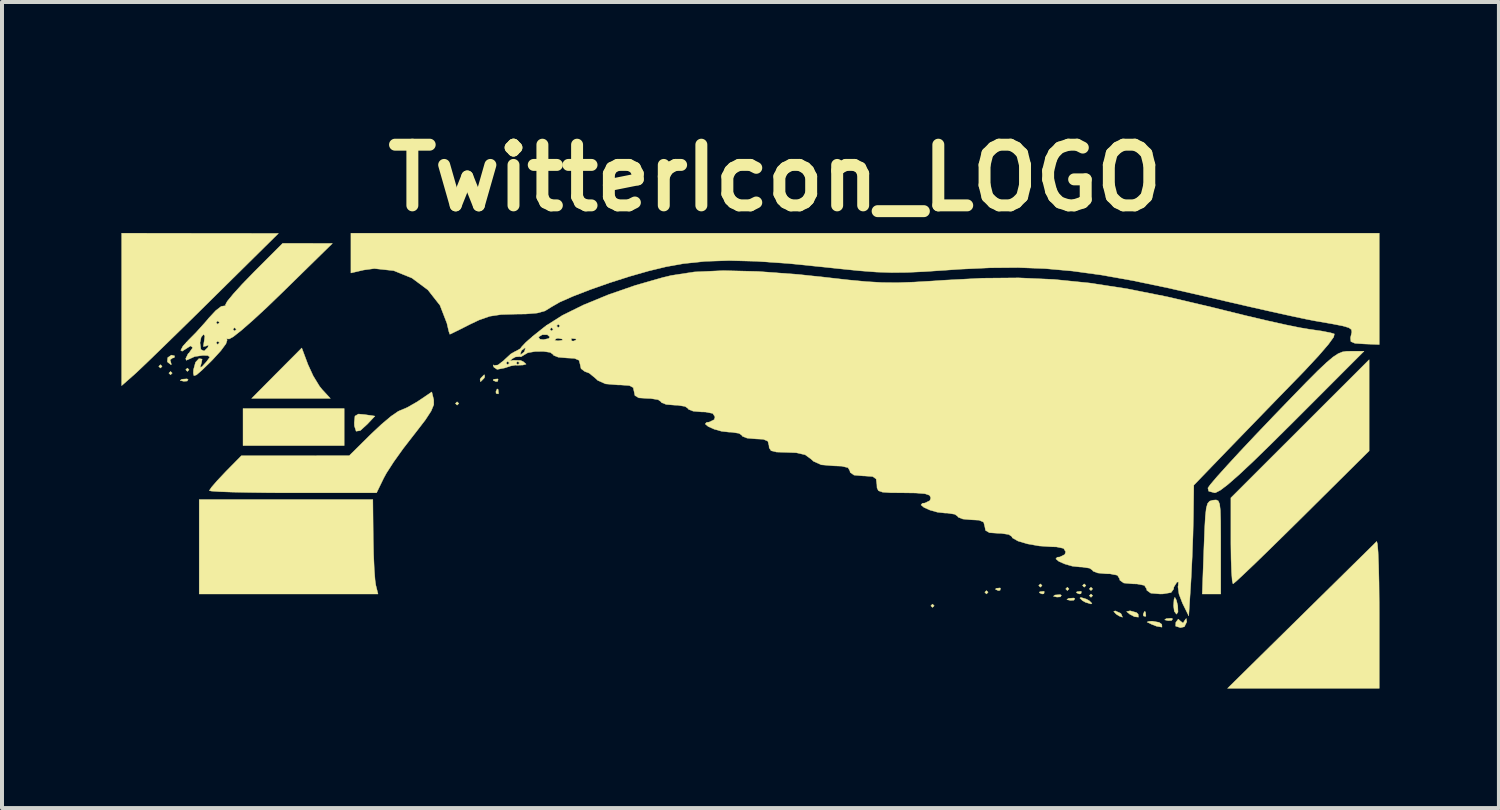
<source format=kicad_pcb>
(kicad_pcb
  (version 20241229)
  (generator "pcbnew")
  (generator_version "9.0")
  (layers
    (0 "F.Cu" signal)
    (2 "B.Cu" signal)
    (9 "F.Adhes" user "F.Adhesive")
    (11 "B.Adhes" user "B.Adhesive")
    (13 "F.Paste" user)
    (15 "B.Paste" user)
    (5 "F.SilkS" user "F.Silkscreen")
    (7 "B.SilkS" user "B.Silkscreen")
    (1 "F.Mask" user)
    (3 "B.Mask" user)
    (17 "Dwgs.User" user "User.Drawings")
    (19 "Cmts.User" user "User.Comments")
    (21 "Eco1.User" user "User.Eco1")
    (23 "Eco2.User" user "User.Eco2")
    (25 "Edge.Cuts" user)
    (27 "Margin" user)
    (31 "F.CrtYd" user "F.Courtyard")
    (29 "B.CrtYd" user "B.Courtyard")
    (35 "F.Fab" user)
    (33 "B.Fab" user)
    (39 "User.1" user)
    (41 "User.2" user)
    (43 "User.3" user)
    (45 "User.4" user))
  (footprint "TwitterIcon_LOGO"
    (layer "F.Cu")
    (at 15.753 8.479)
    (property "Reference" "TwitterIcon_LOGO" (at 0.66 -7.061 0) (layer "F.SilkS") (effects (font (size 1.524 1.524) (thickness 0.3))))
    (attr through_hole)
    (fp_poly (pts (xy -14.732 -2.328) (xy -14.774 -2.286) (xy -14.817 -2.328) (xy -14.774 -2.371) (xy -14.732 -2.328)) (stroke (width 0.01) (type solid)) (fill yes) (layer "F.SilkS"))
    (fp_poly (pts (xy -14.478 -2.159) (xy -14.52 -2.117) (xy -14.563 -2.159) (xy -14.52 -2.201) (xy -14.478 -2.159)) (stroke (width 0.01) (type solid)) (fill yes) (layer "F.SilkS"))
    (fp_poly (pts (xy -14.055 -2.244) (xy -14.097 -2.201) (xy -14.139 -2.244) (xy -14.097 -2.286) (xy -14.055 -2.244)) (stroke (width 0.01) (type solid)) (fill yes) (layer "F.SilkS"))
    (fp_poly (pts (xy -10.16 -0.339) (xy -12.7 -0.339) (xy -12.7 -1.27) (xy -10.16 -1.27) (xy -10.16 -0.339)) (stroke (width 0.01) (type solid)) (fill yes) (layer "F.SilkS"))
    (fp_poly (pts (xy -7.281 -1.397) (xy -7.324 -1.355) (xy -7.366 -1.397) (xy -7.324 -1.439) (xy -7.281 -1.397)) (stroke (width 0.01) (type solid)) (fill yes) (layer "F.SilkS"))
    (fp_poly (pts (xy 4.657 3.683) (xy 4.614 3.725) (xy 4.572 3.683) (xy 4.614 3.641) (xy 4.657 3.683)) (stroke (width 0.01) (type solid)) (fill yes) (layer "F.SilkS"))
    (fp_poly (pts (xy 6.011 3.344) (xy 5.969 3.387) (xy 5.927 3.344) (xy 5.969 3.302) (xy 6.011 3.344)) (stroke (width 0.01) (type solid)) (fill yes) (layer "F.SilkS"))
    (fp_poly (pts (xy 7.366 3.175) (xy 7.324 3.217) (xy 7.281 3.175) (xy 7.324 3.133) (xy 7.366 3.175)) (stroke (width 0.01) (type solid)) (fill yes) (layer "F.SilkS"))
    (fp_poly (pts (xy 8.043 3.26) (xy 8.001 3.302) (xy 7.959 3.26) (xy 8.001 3.217) (xy 8.043 3.26)) (stroke (width 0.01) (type solid)) (fill yes) (layer "F.SilkS"))
    (fp_poly (pts (xy 8.467 3.175) (xy 8.424 3.217) (xy 8.382 3.175) (xy 8.424 3.133) (xy 8.467 3.175)) (stroke (width 0.01) (type solid)) (fill yes) (layer "F.SilkS"))
    (fp_poly (pts (xy 8.636 3.26) (xy 8.594 3.302) (xy 8.551 3.26) (xy 8.594 3.217) (xy 8.636 3.26)) (stroke (width 0.01) (type solid)) (fill yes) (layer "F.SilkS"))
    (fp_poly (pts (xy 8.636 3.429) (xy 8.594 3.471) (xy 8.551 3.429) (xy 8.594 3.387) (xy 8.636 3.429)) (stroke (width 0.01) (type solid)) (fill yes) (layer "F.SilkS"))
    (fp_poly (pts (xy -14.078 -1.998) (xy -14.103 -1.96) (xy -14.189 -1.954) (xy -14.279 -1.975) (xy -14.24 -2.005) (xy -14.108 -2.015) (xy -14.078 -1.998)) (stroke (width 0.01) (type solid)) (fill yes) (layer "F.SilkS"))
    (fp_poly (pts (xy -6.294 -2.004) (xy -6.305 -1.953) (xy -6.35 -1.947) (xy -6.42 -1.978) (xy -6.406 -2.004) (xy -6.306 -2.014) (xy -6.294 -2.004)) (stroke (width 0.01) (type solid)) (fill yes) (layer "F.SilkS"))
    (fp_poly (pts (xy -6.294 -1.75) (xy -6.283 -1.649) (xy -6.294 -1.637) (xy -6.344 -1.649) (xy -6.35 -1.693) (xy -6.319 -1.763) (xy -6.294 -1.75)) (stroke (width 0.01) (type solid)) (fill yes) (layer "F.SilkS"))
    (fp_poly (pts (xy 6.322 3.246) (xy 6.31 3.296) (xy 6.265 3.302) (xy 6.196 3.271) (xy 6.209 3.246) (xy 6.309 3.235) (xy 6.322 3.246)) (stroke (width 0.01) (type solid)) (fill yes) (layer "F.SilkS"))
    (fp_poly (pts (xy 7.422 3.33) (xy 7.411 3.381) (xy 7.366 3.387) (xy 7.296 3.356) (xy 7.31 3.33) (xy 7.41 3.32) (xy 7.422 3.33)) (stroke (width 0.01) (type solid)) (fill yes) (layer "F.SilkS"))
    (fp_poly (pts (xy 7.851 3.42) (xy 7.826 3.459) (xy 7.74 3.465) (xy 7.65 3.444) (xy 7.689 3.413) (xy 7.821 3.403) (xy 7.851 3.42)) (stroke (width 0.01) (type solid)) (fill yes) (layer "F.SilkS"))
    (fp_poly (pts (xy 8.19 3.505) (xy 8.164 3.543) (xy 8.079 3.549) (xy 7.988 3.529) (xy 8.027 3.498) (xy 8.16 3.488) (xy 8.19 3.505)) (stroke (width 0.01) (type solid)) (fill yes) (layer "F.SilkS"))
    (fp_poly (pts (xy 8.354 3.33) (xy 8.342 3.381) (xy 8.297 3.387) (xy 8.228 3.356) (xy 8.241 3.33) (xy 8.341 3.32) (xy 8.354 3.33)) (stroke (width 0.01) (type solid)) (fill yes) (layer "F.SilkS"))
    (fp_poly (pts (xy 9.962 3.838) (xy 9.973 3.939) (xy 9.962 3.951) (xy 9.912 3.939) (xy 9.906 3.895) (xy 9.937 3.825) (xy 9.962 3.838)) (stroke (width 0.01) (type solid)) (fill yes) (layer "F.SilkS"))
    (fp_poly (pts (xy 10.645 4.013) (xy 10.62 4.051) (xy 10.534 4.057) (xy 10.444 4.037) (xy 10.483 4.006) (xy 10.615 3.996) (xy 10.645 4.013)) (stroke (width 0.01) (type solid)) (fill yes) (layer "F.SilkS"))
    (fp_poly (pts (xy 9.338 3.872) (xy 9.356 3.895) (xy 9.385 3.971) (xy 9.305 3.942) (xy 9.229 3.895) (xy 9.164 3.827) (xy 9.203 3.811) (xy 9.338 3.872)) (stroke (width 0.01) (type solid)) (fill yes) (layer "F.SilkS"))
    (fp_poly (pts (xy -11.071 -2.379) (xy -10.938 -2.089) (xy -10.779 -1.829) (xy -10.712 -1.746) (xy -10.507 -1.524) (xy -12.484 -1.524) (xy -11.855 -2.158) (xy -11.225 -2.791) (xy -11.071 -2.379)) (stroke (width 0.01) (type solid)) (fill yes) (layer "F.SilkS"))
    (fp_poly (pts (xy -6.631 -2.062) (xy -6.646 -2.032) (xy -6.726 -1.951) (xy -6.741 -1.947) (xy -6.747 -2.002) (xy -6.731 -2.032) (xy -6.651 -2.113) (xy -6.636 -2.117) (xy -6.631 -2.062)) (stroke (width 0.01) (type solid)) (fill yes) (layer "F.SilkS"))
    (fp_poly (pts (xy 8.479 3.516) (xy 8.551 3.556) (xy 8.619 3.623) (xy 8.594 3.638) (xy 8.455 3.596) (xy 8.382 3.556) (xy 8.314 3.489) (xy 8.34 3.474) (xy 8.479 3.516)) (stroke (width 0.01) (type solid)) (fill yes) (layer "F.SilkS"))
    (fp_poly (pts (xy 9.737 3.854) (xy 9.779 3.895) (xy 9.786 3.969) (xy 9.685 3.957) (xy 9.567 3.895) (xy 9.488 3.829) (xy 9.564 3.812) (xy 9.584 3.811) (xy 9.737 3.854)) (stroke (width 0.01) (type solid)) (fill yes) (layer "F.SilkS"))
    (fp_poly (pts (xy 10.304 4.1) (xy 10.372 4.149) (xy 10.377 4.22) (xy 10.244 4.198) (xy 10.118 4.149) (xy 10.002 4.092) (xy 10.046 4.074) (xy 10.134 4.07) (xy 10.304 4.1)) (stroke (width 0.01) (type solid)) (fill yes) (layer "F.SilkS"))
    (fp_poly (pts (xy 10.739 3.543) (xy 10.773 3.683) (xy 10.779 3.84) (xy 10.741 3.895) (xy 10.686 3.822) (xy 10.668 3.683) (xy 10.679 3.524) (xy 10.7 3.471) (xy 10.739 3.543)) (stroke (width 0.01) (type solid)) (fill yes) (layer "F.SilkS"))
    (fp_poly (pts (xy -9.647 -1.118) (xy -9.388 -1.08) (xy -9.577 -0.879) (xy -9.756 -0.716) (xy -9.86 -0.7) (xy -9.903 -0.832) (xy -9.906 -0.917) (xy -9.889 -1.081) (xy -9.802 -1.132) (xy -9.647 -1.118)) (stroke (width 0.01) (type solid)) (fill yes) (layer "F.SilkS"))
    (fp_poly (pts (xy -11.62 1.016) (xy -9.44 1.016) (xy -9.43 1.984) (xy -9.421 2.394) (xy -9.405 2.76) (xy -9.384 3.038) (xy -9.365 3.169) (xy -9.31 3.387) (xy -13.801 3.387) (xy -13.801 1.016) (xy -11.62 1.016)) (stroke (width 0.01) (type solid)) (fill yes) (layer "F.SilkS"))
    (fp_poly (pts (xy 11 4.085) (xy 10.939 4.21) (xy 10.84 4.233) (xy 10.719 4.194) (xy 10.725 4.099) (xy 10.786 4.018) (xy 10.839 4.066) (xy 10.906 4.118) (xy 10.947 4.052) (xy 10.986 4.002) (xy 11 4.085)) (stroke (width 0.01) (type solid)) (fill yes) (layer "F.SilkS"))
    (fp_poly (pts (xy -14.416 -2.591) (xy -14.431 -2.544) (xy -14.469 -2.54) (xy -14.533 -2.49) (xy -14.52 -2.455) (xy -14.499 -2.376) (xy -14.51 -2.371) (xy -14.588 -2.43) (xy -14.601 -2.449) (xy -14.591 -2.549) (xy -14.498 -2.612) (xy -14.416 -2.591)) (stroke (width 0.01) (type solid)) (fill yes) (layer "F.SilkS"))
    (fp_poly (pts (xy -13.78 -5.67) (xy -11.811 -5.668) (xy -13.481 -4.019) (xy -13.934 -3.572) (xy -14.363 -3.152) (xy -14.748 -2.777) (xy -15.07 -2.465) (xy -15.31 -2.236) (xy -15.449 -2.107) (xy -15.45 -2.107) (xy -15.748 -1.845) (xy -15.748 -5.673) (xy -13.78 -5.67)) (stroke (width 0.01) (type solid)) (fill yes) (layer "F.SilkS"))
    (fp_poly (pts (xy 15.787 2.129) (xy 15.804 2.337) (xy 15.817 2.669) (xy 15.827 3.1) (xy 15.832 3.609) (xy 15.833 3.881) (xy 15.833 5.757) (xy 12.023 5.757) (xy 13.864 3.944) (xy 14.325 3.49) (xy 14.749 3.073) (xy 15.118 2.709) (xy 15.419 2.413) (xy 15.636 2.199) (xy 15.753 2.083) (xy 15.769 2.067) (xy 15.787 2.129)) (stroke (width 0.01) (type solid)) (fill yes) (layer "F.SilkS"))
    (fp_poly (pts (xy 15.579 -0.207) (xy 13.896 1.463) (xy 13.457 1.896) (xy 13.058 2.287) (xy 12.713 2.622) (xy 12.438 2.884) (xy 12.25 3.059) (xy 12.163 3.132) (xy 12.16 3.133) (xy 12.14 3.053) (xy 12.124 2.836) (xy 12.112 2.514) (xy 12.107 2.117) (xy 12.107 2.052) (xy 12.107 0.972) (xy 13.843 -0.762) (xy 15.579 -2.496) (xy 15.579 -0.207)) (stroke (width 0.01) (type solid)) (fill yes) (layer "F.SilkS"))
    (fp_poly (pts (xy 11.79 1.049) (xy 11.824 1.128) (xy 11.843 1.289) (xy 11.851 1.555) (xy 11.853 1.954) (xy 11.853 2.195) (xy 11.853 3.387) (xy 11.62 3.387) (xy 11.388 3.387) (xy 11.43 2.223) (xy 11.448 1.759) (xy 11.466 1.437) (xy 11.489 1.231) (xy 11.523 1.113) (xy 11.573 1.056) (xy 11.644 1.034) (xy 11.663 1.031) (xy 11.738 1.025) (xy 11.79 1.049)) (stroke (width 0.01) (type solid)) (fill yes) (layer "F.SilkS"))
    (fp_poly (pts (xy 13.674 -0.931) (xy 13.112 -0.374) (xy 12.657 0.069) (xy 12.3 0.403) (xy 12.031 0.638) (xy 11.842 0.782) (xy 11.723 0.843) (xy 11.7 0.847) (xy 11.549 0.806) (xy 11.53 0.726) (xy 11.594 0.636) (xy 11.76 0.441) (xy 12.014 0.159) (xy 12.339 -0.194) (xy 12.72 -0.599) (xy 13.141 -1.04) (xy 13.152 -1.052) (xy 13.627 -1.544) (xy 14 -1.928) (xy 14.288 -2.217) (xy 14.507 -2.424) (xy 14.672 -2.563) (xy 14.799 -2.647) (xy 14.904 -2.691) (xy 15.004 -2.707) (xy 15.099 -2.709) (xy 15.45 -2.709) (xy 13.674 -0.931)) (stroke (width 0.01) (type solid)) (fill yes) (layer "F.SilkS"))
    (fp_poly (pts (xy -7.911 -1.489) (xy -7.91 -1.367) (xy -7.976 -1.207) (xy -8.123 -0.982) (xy -8.367 -0.665) (xy -8.423 -0.594) (xy -8.682 -0.259) (xy -8.919 0.073) (xy -9.1 0.354) (xy -9.166 0.475) (xy -9.347 0.847) (xy -11.447 0.847) (xy -12.023 0.845) (xy -12.539 0.838) (xy -12.971 0.829) (xy -13.298 0.817) (xy -13.496 0.803) (xy -13.547 0.791) (xy -13.492 0.707) (xy -13.347 0.54) (xy -13.145 0.326) (xy -13.145 0.325) (xy -12.742 -0.084) (xy -10.033 -0.086) (xy -9.483 -0.63) (xy -9.218 -0.878) (xy -8.98 -1.078) (xy -8.804 -1.199) (xy -8.757 -1.22) (xy -8.577 -1.296) (xy -8.344 -1.429) (xy -8.271 -1.476) (xy -7.96 -1.687) (xy -7.911 -1.489)) (stroke (width 0.01) (type solid)) (fill yes) (layer "F.SilkS"))
    (fp_poly (pts (xy 15.833 -2.877) (xy 15.453 -2.892) (xy 15.222 -2.908) (xy 15.121 -2.951) (xy 15.111 -3.044) (xy 15.123 -3.1) (xy 15.144 -3.189) (xy 15.134 -3.252) (xy 15.068 -3.3) (xy 14.919 -3.344) (xy 14.658 -3.395) (xy 14.26 -3.464) (xy 14.224 -3.47) (xy 13.988 -3.516) (xy 13.617 -3.595) (xy 13.141 -3.7) (xy 12.591 -3.824) (xy 11.996 -3.961) (xy 11.557 -4.064) (xy 10.534 -4.297) (xy 9.642 -4.483) (xy 8.85 -4.624) (xy 8.127 -4.723) (xy 7.442 -4.784) (xy 6.764 -4.81) (xy 6.063 -4.804) (xy 5.308 -4.769) (xy 4.947 -4.744) (xy 4.41 -4.708) (xy 3.973 -4.688) (xy 3.588 -4.684) (xy 3.205 -4.697) (xy 2.776 -4.73) (xy 2.254 -4.783) (xy 1.928 -4.818) (xy 0.991 -4.913) (xy 0.192 -4.968) (xy -0.496 -4.986) (xy -1.1 -4.966) (xy -1.647 -4.908) (xy -2.074 -4.831) (xy -2.509 -4.726) (xy -2.996 -4.587) (xy -3.499 -4.426) (xy -3.982 -4.256) (xy -4.411 -4.09) (xy -4.749 -3.941) (xy -4.96 -3.819) (xy -4.967 -3.814) (xy -5.12 -3.72) (xy -5.316 -3.667) (xy -5.601 -3.644) (xy -5.841 -3.641) (xy -6.219 -3.63) (xy -6.504 -3.587) (xy -6.77 -3.494) (xy -6.994 -3.388) (xy -7.249 -3.259) (xy -7.434 -3.168) (xy -7.507 -3.134) (xy -7.532 -3.206) (xy -7.574 -3.383) (xy -7.579 -3.408) (xy -7.754 -3.862) (xy -8.058 -4.249) (xy -8.457 -4.546) (xy -8.916 -4.732) (xy -9.403 -4.785) (xy -9.673 -4.748) (xy -9.991 -4.674) (xy -9.991 -5.673) (xy 15.833 -5.673) (xy 15.833 -2.877)) (stroke (width 0.01) (type solid)) (fill yes) (layer "F.SilkS"))
    (fp_poly (pts (xy -11.08 -5.418) (xy -10.456 -5.416) (xy -11.71 -4.188) (xy -12.107 -3.805) (xy -12.457 -3.482) (xy -12.742 -3.233) (xy -12.946 -3.072) (xy -13.05 -3.015) (xy -13.057 -3.017) (xy -13.111 -3.023) (xy -13.098 -2.991) (xy -13.129 -2.896) (xy -13.258 -2.721) (xy -13.46 -2.5) (xy -13.504 -2.455) (xy -13.735 -2.23) (xy -13.87 -2.114) (xy -13.933 -2.094) (xy -13.948 -2.159) (xy -13.944 -2.244) (xy -13.893 -2.431) (xy -13.807 -2.524) (xy -13.727 -2.511) (xy -13.742 -2.425) (xy -13.777 -2.305) (xy -13.734 -2.318) (xy -13.618 -2.445) (xy -13.534 -2.56) (xy -13.582 -2.6) (xy -13.705 -2.605) (xy -13.914 -2.575) (xy -14.034 -2.52) (xy -14.125 -2.481) (xy -14.139 -2.525) (xy -14.077 -2.65) (xy -14.055 -2.667) (xy -13.973 -2.783) (xy -13.97 -2.809) (xy -14.018 -2.843) (xy -14.099 -2.792) (xy -14.229 -2.709) (xy -14.264 -2.733) (xy -14.209 -2.837) (xy -14.132 -2.921) (xy -13.781 -2.921) (xy -13.759 -2.752) (xy -13.676 -2.714) (xy -13.581 -2.807) (xy -13.57 -2.864) (xy -13.627 -2.839) (xy -13.697 -2.827) (xy -13.683 -2.921) (xy -13.377 -2.921) (xy -13.335 -2.879) (xy -13.293 -2.921) (xy -13.335 -2.963) (xy -13.377 -2.921) (xy -13.683 -2.921) (xy -13.679 -2.947) (xy -13.677 -2.953) (xy -13.659 -3.092) (xy -13.692 -3.133) (xy -13.752 -3.06) (xy -13.781 -2.921) (xy -14.132 -2.921) (xy -14.076 -2.982) (xy -13.88 -3.18) (xy -13.808 -3.26) (xy -12.954 -3.26) (xy -12.912 -3.217) (xy -12.869 -3.26) (xy -12.912 -3.302) (xy -12.954 -3.26) (xy -13.808 -3.26) (xy -13.655 -3.429) (xy -13.377 -3.429) (xy -13.335 -3.387) (xy -13.293 -3.429) (xy -13.335 -3.471) (xy -13.377 -3.429) (xy -13.655 -3.429) (xy -13.652 -3.432) (xy -13.557 -3.545) (xy -13.385 -3.73) (xy -13.248 -3.835) (xy -13.195 -3.844) (xy -13.139 -3.852) (xy -13.142 -3.877) (xy -13.095 -3.964) (xy -12.948 -4.143) (xy -12.725 -4.389) (xy -12.448 -4.675) (xy -12.435 -4.688) (xy -11.704 -5.419) (xy -11.08 -5.418)) (stroke (width 0.01) (type solid)) (fill yes) (layer "F.SilkS"))
    (fp_poly (pts (xy 0.235 -4.712) (xy 1.247 -4.637) (xy 1.923 -4.565) (xy 2.497 -4.5) (xy 2.954 -4.457) (xy 3.348 -4.434) (xy 3.728 -4.43) (xy 4.147 -4.445) (xy 4.656 -4.475) (xy 4.897 -4.492) (xy 5.868 -4.543) (xy 6.78 -4.551) (xy 7.665 -4.512) (xy 8.56 -4.422) (xy 9.499 -4.278) (xy 10.515 -4.075) (xy 11.645 -3.81) (xy 11.938 -3.737) (xy 12.481 -3.603) (xy 13.003 -3.48) (xy 13.469 -3.376) (xy 13.843 -3.3) (xy 14.091 -3.258) (xy 14.097 -3.258) (xy 14.386 -3.216) (xy 14.611 -3.172) (xy 14.706 -3.143) (xy 14.688 -3.064) (xy 14.554 -2.879) (xy 14.311 -2.597) (xy 13.967 -2.227) (xy 13.775 -2.029) (xy 13.359 -1.602) (xy 12.911 -1.14) (xy 12.475 -0.69) (xy 12.094 -0.297) (xy 11.959 -0.157) (xy 11.176 0.655) (xy 11.166 1.449) (xy 11.155 1.918) (xy 11.135 2.457) (xy 11.11 2.968) (xy 11.103 3.09) (xy 11.049 3.937) (xy 10.892 3.62) (xy 10.804 3.391) (xy 10.778 3.207) (xy 10.785 3.171) (xy 10.791 3.083) (xy 10.752 3.091) (xy 10.675 3.213) (xy 10.668 3.265) (xy 10.605 3.351) (xy 10.404 3.385) (xy 10.329 3.387) (xy 10.094 3.366) (xy 9.997 3.296) (xy 9.991 3.26) (xy 9.935 3.171) (xy 9.749 3.135) (xy 9.652 3.133) (xy 9.417 3.112) (xy 9.319 3.042) (xy 9.313 3.006) (xy 9.257 2.917) (xy 9.072 2.881) (xy 8.975 2.879) (xy 8.763 2.86) (xy 8.645 2.813) (xy 8.636 2.794) (xy 8.561 2.74) (xy 8.375 2.711) (xy 8.314 2.709) (xy 8.123 2.688) (xy 7.935 2.634) (xy 7.786 2.568) (xy 7.711 2.505) (xy 7.746 2.464) (xy 7.811 2.458) (xy 7.936 2.396) (xy 7.959 2.328) (xy 7.906 2.242) (xy 7.728 2.205) (xy 7.599 2.201) (xy 7.296 2.181) (xy 7.001 2.129) (xy 6.761 2.058) (xy 6.621 1.979) (xy 6.604 1.943) (xy 6.529 1.893) (xy 6.341 1.865) (xy 6.265 1.863) (xy 6.044 1.848) (xy 5.946 1.791) (xy 5.927 1.693) (xy 5.898 1.583) (xy 5.783 1.534) (xy 5.588 1.524) (xy 5.376 1.505) (xy 5.258 1.458) (xy 5.249 1.439) (xy 5.174 1.385) (xy 4.988 1.356) (xy 4.927 1.355) (xy 4.736 1.333) (xy 4.548 1.28) (xy 4.399 1.213) (xy 4.325 1.15) (xy 4.36 1.11) (xy 4.424 1.103) (xy 4.549 1.042) (xy 4.572 0.974) (xy 4.54 0.909) (xy 4.424 0.869) (xy 4.195 0.851) (xy 3.895 0.847) (xy 3.559 0.844) (xy 3.358 0.83) (xy 3.257 0.794) (xy 3.221 0.724) (xy 3.217 0.635) (xy 3.199 0.499) (xy 3.112 0.438) (xy 2.908 0.423) (xy 2.879 0.423) (xy 2.643 0.402) (xy 2.546 0.333) (xy 2.54 0.296) (xy 2.493 0.215) (xy 2.333 0.177) (xy 2.13 0.169) (xy 1.822 0.143) (xy 1.625 0.055) (xy 1.566 0) (xy 1.416 -0.109) (xy 1.19 -0.16) (xy 0.961 -0.169) (xy 0.696 -0.177) (xy 0.56 -0.211) (xy 0.512 -0.285) (xy 0.508 -0.339) (xy 0.48 -0.449) (xy 0.365 -0.498) (xy 0.169 -0.508) (xy -0.043 -0.527) (xy -0.161 -0.574) (xy -0.169 -0.593) (xy -0.244 -0.647) (xy -0.43 -0.676) (xy -0.492 -0.677) (xy -0.683 -0.699) (xy -0.87 -0.752) (xy -1.019 -0.819) (xy -1.094 -0.882) (xy -1.059 -0.922) (xy -0.995 -0.929) (xy -0.869 -0.99) (xy -0.847 -1.058) (xy -0.903 -1.147) (xy -1.088 -1.183) (xy -1.185 -1.185) (xy -1.397 -1.204) (xy -1.515 -1.251) (xy -1.524 -1.27) (xy -1.599 -1.323) (xy -1.787 -1.353) (xy -1.863 -1.355) (xy -2.075 -1.373) (xy -2.193 -1.42) (xy -2.201 -1.439) (xy -2.276 -1.492) (xy -2.464 -1.522) (xy -2.54 -1.524) (xy -2.762 -1.538) (xy -2.859 -1.596) (xy -2.879 -1.693) (xy -2.902 -1.796) (xy -2.999 -1.847) (xy -3.212 -1.862) (xy -3.289 -1.863) (xy -3.596 -1.889) (xy -3.794 -1.977) (xy -3.852 -2.032) (xy -4.007 -2.159) (xy -4.119 -2.201) (xy -4.212 -2.272) (xy -4.233 -2.371) (xy -4.262 -2.481) (xy -4.377 -2.53) (xy -4.572 -2.54) (xy -4.784 -2.559) (xy -4.902 -2.606) (xy -4.911 -2.625) (xy -4.983 -2.679) (xy -5.157 -2.705) (xy -5.368 -2.702) (xy -5.549 -2.671) (xy -5.631 -2.623) (xy -5.722 -2.568) (xy -5.746 -2.575) (xy -5.858 -2.566) (xy -5.931 -2.526) (xy -6.006 -2.464) (xy -5.935 -2.477) (xy -5.919 -2.482) (xy -5.731 -2.478) (xy -5.665 -2.449) (xy -5.591 -2.385) (xy -5.671 -2.362) (xy -5.673 -2.362) (xy -5.825 -2.357) (xy -5.86 -2.36) (xy -5.977 -2.339) (xy -6.132 -2.288) (xy -6.319 -2.252) (xy -6.403 -2.31) (xy -6.419 -2.368) (xy -6.393 -2.351) (xy -6.297 -2.364) (xy -6.233 -2.413) (xy -6.096 -2.413) (xy -6.054 -2.371) (xy -6.011 -2.413) (xy -5.842 -2.413) (xy -5.8 -2.371) (xy -5.757 -2.413) (xy -5.8 -2.455) (xy -5.842 -2.413) (xy -6.011 -2.413) (xy -6.054 -2.455) (xy -6.096 -2.413) (xy -6.233 -2.413) (xy -6.151 -2.477) (xy -6.13 -2.499) (xy -5.987 -2.63) (xy -5.737 -2.63) (xy -5.725 -2.625) (xy -5.648 -2.684) (xy -5.63 -2.709) (xy -5.609 -2.788) (xy -5.62 -2.794) (xy -5.698 -2.734) (xy -5.715 -2.709) (xy -5.737 -2.63) (xy -5.987 -2.63) (xy -5.974 -2.642) (xy -5.857 -2.709) (xy -5.85 -2.709) (xy -5.738 -2.773) (xy -5.698 -2.826) (xy -5.601 -2.929) (xy -5.539 -2.984) (xy -4.874 -2.984) (xy -4.791 -2.97) (xy -4.681 -2.986) (xy -4.68 -3.014) (xy -4.709 -3.02) (xy -4.459 -3.02) (xy -4.447 -2.969) (xy -4.403 -2.963) (xy -4.333 -2.994) (xy -4.346 -3.02) (xy -4.447 -3.03) (xy -4.459 -3.02) (xy -4.709 -3.02) (xy -4.793 -3.035) (xy -4.842 -3.021) (xy -4.874 -2.984) (xy -5.539 -2.984) (xy -5.444 -3.066) (xy -5.28 -3.066) (xy -5.246 -3.012) (xy -5.158 -3) (xy -5.024 -3.028) (xy -4.995 -3.066) (xy -5.059 -3.124) (xy -5.186 -3.123) (xy -5.28 -3.066) (xy -5.444 -3.066) (xy -5.406 -3.099) (xy -5.204 -3.26) (xy -4.995 -3.26) (xy -4.953 -3.217) (xy -4.911 -3.26) (xy -4.953 -3.302) (xy -4.995 -3.26) (xy -5.204 -3.26) (xy -5.149 -3.304) (xy -5.096 -3.344) (xy -4.826 -3.344) (xy -4.784 -3.302) (xy -4.741 -3.344) (xy -4.784 -3.387) (xy -4.826 -3.344) (xy -5.096 -3.344) (xy -5.079 -3.357) (xy -4.678 -3.611) (xy -4.146 -3.873) (xy -3.524 -4.129) (xy -2.848 -4.363) (xy -2.156 -4.561) (xy -1.947 -4.611) (xy -1.37 -4.7) (xy -0.64 -4.733) (xy 0.235 -4.712)) (stroke (width 0.01) (type solid)) (fill yes) (layer "F.SilkS")))
  (gr_rect
    (start -3 -3)
    (end 34.591 17.242)
    (stroke (width 0.1) (type default))
    (fill no)
    (layer "Edge.Cuts")))
</source>
